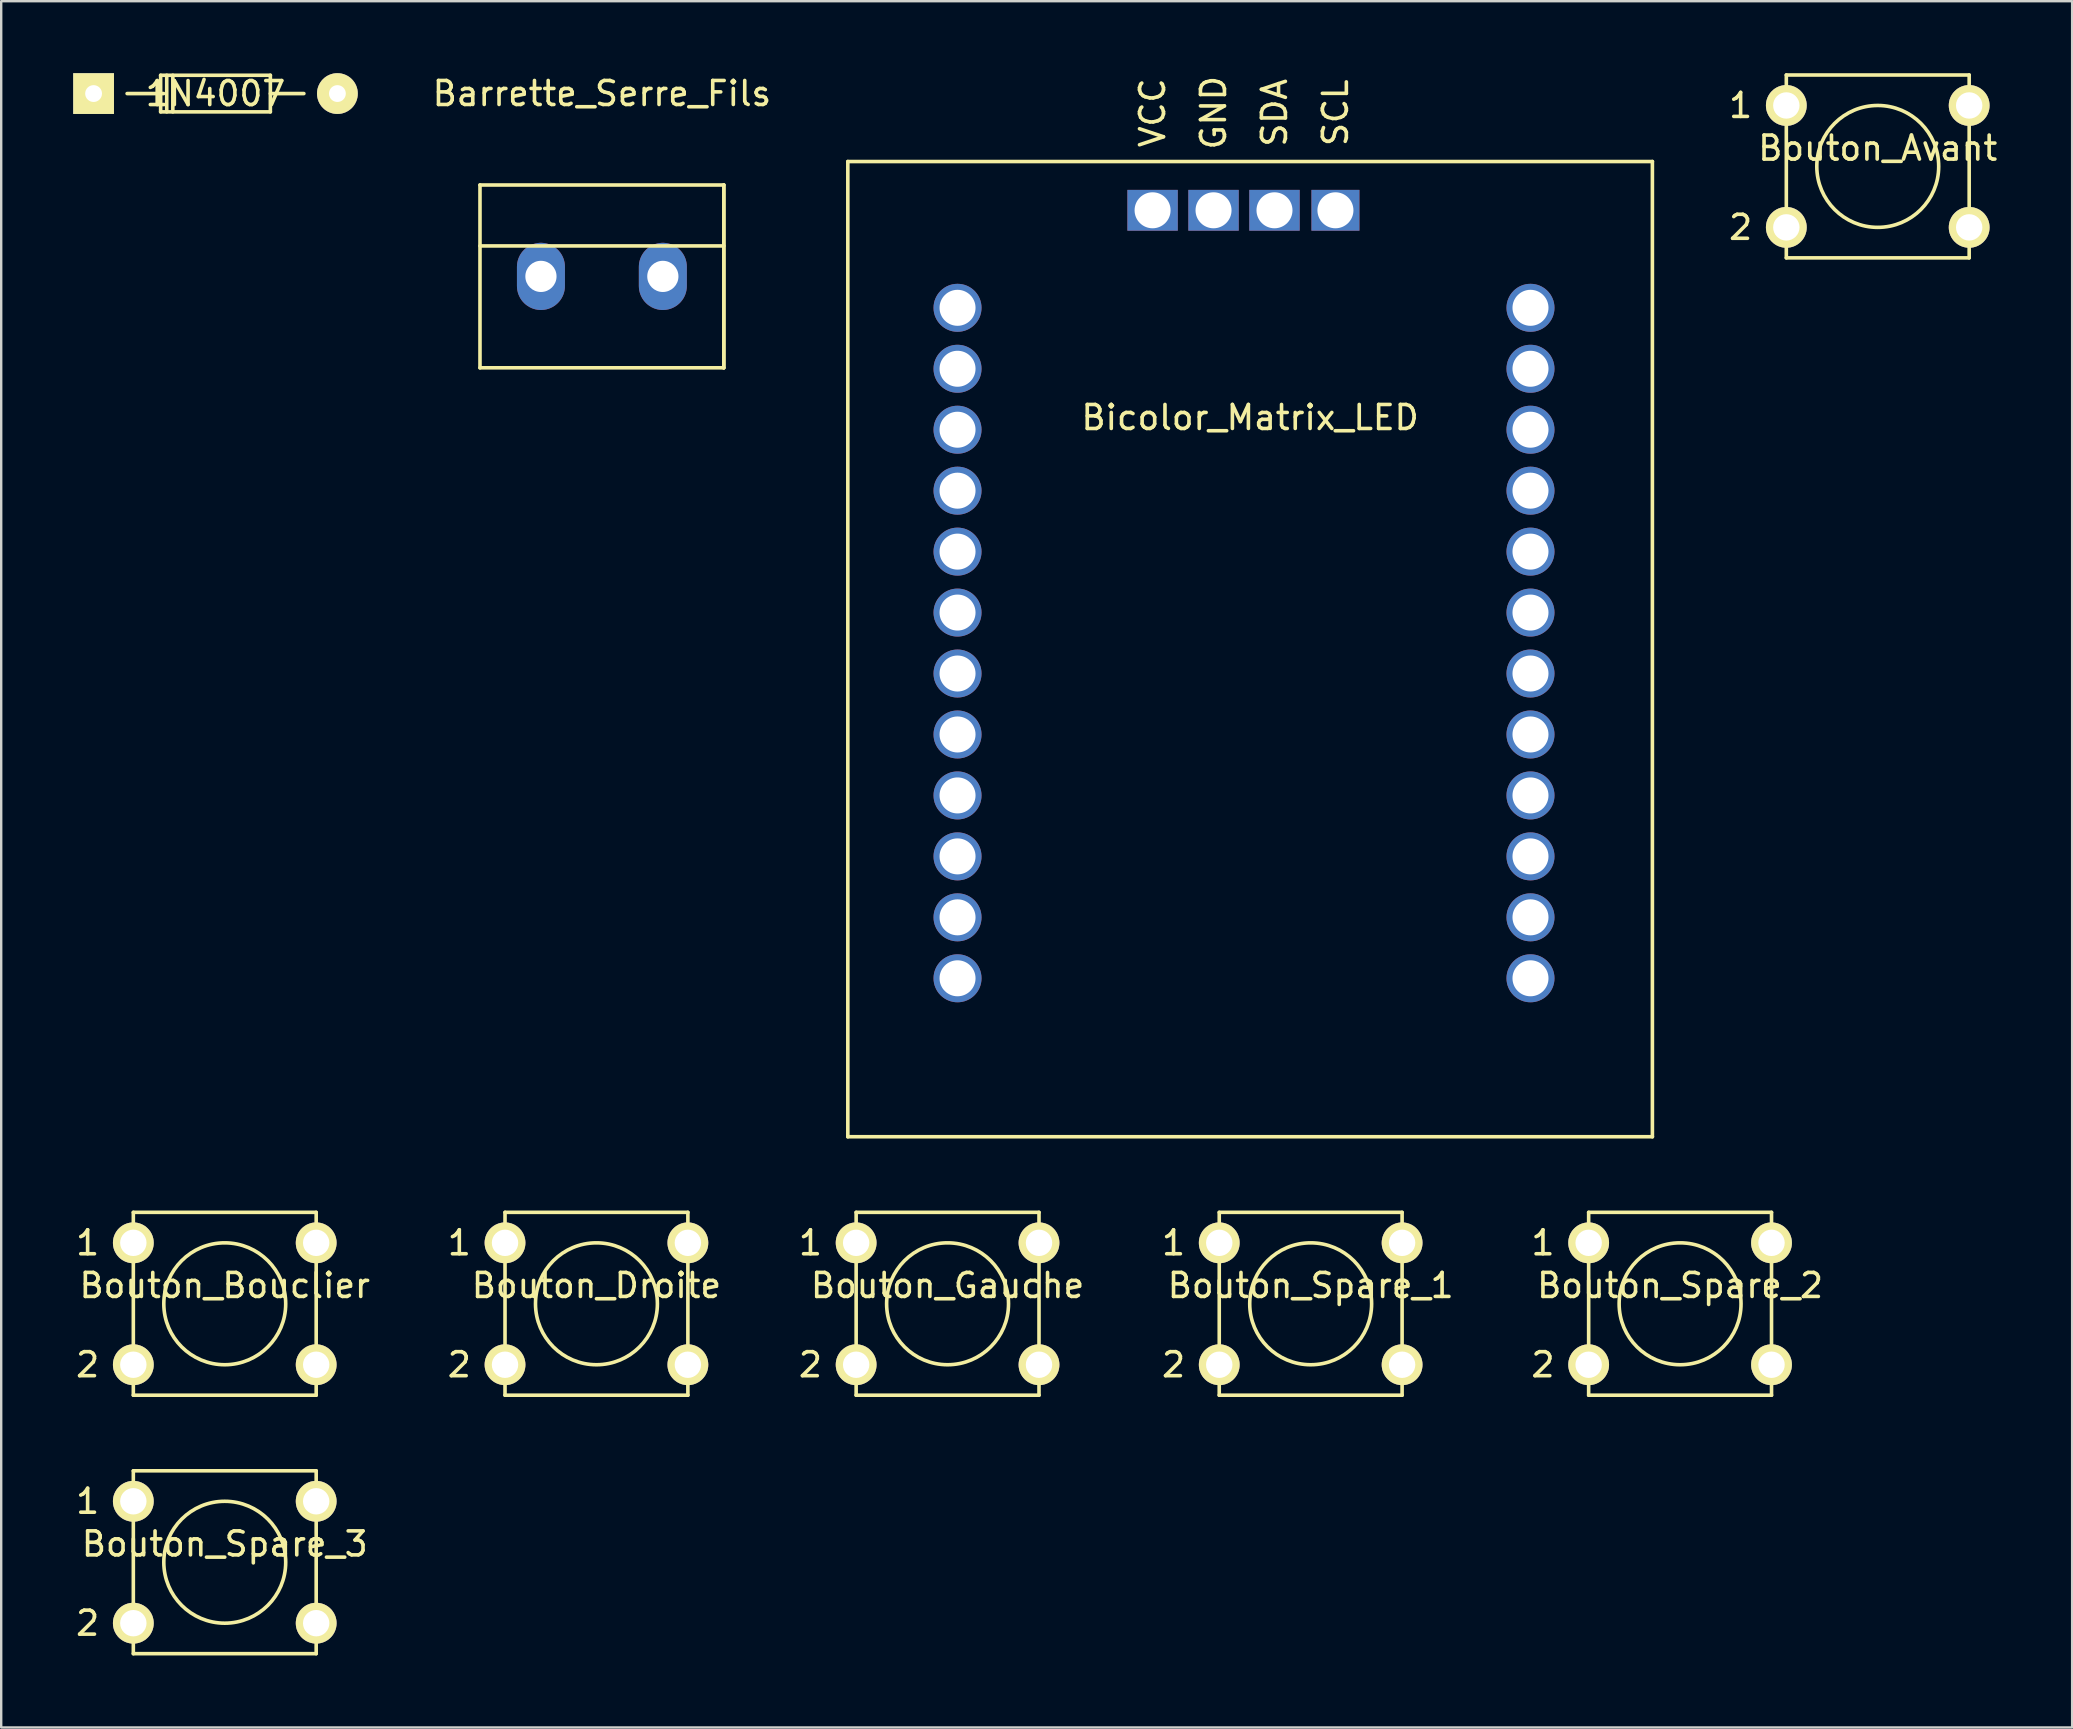
<source format=kicad_pcb>
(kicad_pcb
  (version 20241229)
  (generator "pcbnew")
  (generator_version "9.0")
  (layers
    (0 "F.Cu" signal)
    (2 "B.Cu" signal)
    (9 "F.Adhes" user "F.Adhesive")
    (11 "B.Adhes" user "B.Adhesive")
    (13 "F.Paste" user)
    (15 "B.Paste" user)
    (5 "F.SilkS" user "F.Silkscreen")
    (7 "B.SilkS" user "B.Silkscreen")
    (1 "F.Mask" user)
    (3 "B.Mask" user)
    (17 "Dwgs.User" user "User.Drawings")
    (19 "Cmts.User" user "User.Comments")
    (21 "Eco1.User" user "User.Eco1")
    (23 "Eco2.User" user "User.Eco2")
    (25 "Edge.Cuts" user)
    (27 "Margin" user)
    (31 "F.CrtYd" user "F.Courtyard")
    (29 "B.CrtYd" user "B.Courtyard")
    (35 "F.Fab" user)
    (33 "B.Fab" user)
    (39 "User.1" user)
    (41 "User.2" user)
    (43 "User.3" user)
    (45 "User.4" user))
  (footprint "Bicolor_Matrix_LED"
    (layer "F.Cu")
    (at 49.044 25.525)
    (property "Reference" "Bicolor_Matrix_LED" (at 0 -11.176 180) (layer "F.SilkS") (effects (font (size 1 1) (thickness 0.15))))
    (attr through_hole)
    (fp_line (start -16.764 -21.844) (end -16.764 18.796) (stroke (width 0.15) (type solid)) (layer "F.SilkS"))
    (fp_line (start -16.764 -21.844) (end 16.764 -21.844) (stroke (width 0.15) (type solid)) (layer "F.SilkS"))
    (fp_line (start -16.764 18.796) (end 16.764 18.796) (stroke (width 0.15) (type solid)) (layer "F.SilkS"))
    (fp_line (start 16.764 18.796) (end 16.764 -21.844) (stroke (width 0.15) (type solid)) (layer "F.SilkS"))
    (fp_text user "SCL" (at 3.556 -23.876 90) (layer "F.SilkS") (effects (font (size 1 1) (thickness 0.15))))
    (fp_text user "VCC" (at -4.064 -23.876 270) (layer "F.SilkS") (effects (font (size 1 1) (thickness 0.15))))
    (fp_text user "SDA" (at 1.016 -23.876 90) (layer "F.SilkS") (effects (font (size 1 1) (thickness 0.15))))
    (fp_text user "GND" (at -1.524 -23.876 90) (layer "F.SilkS") (effects (font (size 1 1) (thickness 0.15))))
    (pad "1" thru_hole rect (at -4.064 -19.812) (size 2.1 1.7) (drill 1.5) (layers "*.Cu" "*.Mask"))
    (pad "2" thru_hole rect (at -1.524 -19.812) (size 2.1 1.7) (drill 1.5) (layers "*.Cu" "*.Mask"))
    (pad "3" thru_hole rect (at 1.016 -19.812) (size 2.1 1.7) (drill 1.5) (layers "*.Cu" "*.Mask"))
    (pad "4" thru_hole rect (at 3.556 -19.812) (size 2 1.7) (drill 1.5) (layers "*.Cu" "*.Mask"))
    (pad "8" thru_hole circle (at 11.684 -15.748 180) (size 2 2) (drill 1.5) (layers "*.Cu" "*.Mask"))
    (pad "9" thru_hole circle (at 11.684 -13.208 180) (size 2 2) (drill 1.5) (layers "*.Cu" "*.Mask"))
    (pad "10" thru_hole circle (at 11.684 -10.668 180) (size 2 2) (drill 1.5) (layers "*.Cu" "*.Mask"))
    (pad "11" thru_hole circle (at 11.684 -8.128 180) (size 2 2) (drill 1.5) (layers "*.Cu" "*.Mask"))
    (pad "12" thru_hole circle (at 11.684 -5.588 180) (size 2 2) (drill 1.5) (layers "*.Cu" "*.Mask"))
    (pad "13" thru_hole circle (at 11.684 -3.048 180) (size 2 2) (drill 1.5) (layers "*.Cu" "*.Mask"))
    (pad "14" thru_hole circle (at 11.684 -0.508 180) (size 2 2) (drill 1.5) (layers "*.Cu" "*.Mask"))
    (pad "15" thru_hole circle (at 11.684 2.032 180) (size 2 2) (drill 1.5) (layers "*.Cu" "*.Mask"))
    (pad "16" thru_hole circle (at 11.684 4.572 180) (size 2 2) (drill 1.5) (layers "*.Cu" "*.Mask"))
    (pad "17" thru_hole circle (at 11.684 7.112 180) (size 2 2) (drill 1.5) (layers "*.Cu" "*.Mask"))
    (pad "18" thru_hole circle (at 11.684 9.652 180) (size 2 2) (drill 1.5) (layers "*.Cu" "*.Mask"))
    (pad "19" thru_hole circle (at 11.684 12.192 180) (size 2 2) (drill 1.5) (layers "*.Cu" "*.Mask"))
    (pad "20" thru_hole circle (at -12.192 -15.748 180) (size 2 2) (drill 1.5) (layers "*.Cu" "*.Mask"))
    (pad "21" thru_hole circle (at -12.192 -13.208 180) (size 2 2) (drill 1.5) (layers "*.Cu" "*.Mask"))
    (pad "22" thru_hole circle (at -12.192 -10.668 180) (size 2 2) (drill 1.5) (layers "*.Cu" "*.Mask"))
    (pad "23" thru_hole circle (at -12.192 -8.128 180) (size 2 2) (drill 1.5) (layers "*.Cu" "*.Mask"))
    (pad "24" thru_hole circle (at -12.192 -5.588 180) (size 2 2) (drill 1.5) (layers "*.Cu" "*.Mask"))
    (pad "25" thru_hole circle (at -12.192 -3.048 180) (size 2 2) (drill 1.5) (layers "*.Cu" "*.Mask"))
    (pad "26" thru_hole circle (at -12.192 -0.508 180) (size 2 2) (drill 1.5) (layers "*.Cu" "*.Mask"))
    (pad "27" thru_hole circle (at -12.192 2.032 180) (size 2 2) (drill 1.5) (layers "*.Cu" "*.Mask"))
    (pad "28" thru_hole circle (at -12.192 4.572 180) (size 2 2) (drill 1.5) (layers "*.Cu" "*.Mask"))
    (pad "29" thru_hole circle (at -12.192 7.112 180) (size 2 2) (drill 1.5) (layers "*.Cu" "*.Mask"))
    (pad "30" thru_hole circle (at -12.192 9.652 180) (size 2 2) (drill 1.5) (layers "*.Cu" "*.Mask"))
    (pad "31" thru_hole circle (at -12.192 12.192 180) (size 2 2) (drill 1.5) (layers "*.Cu" "*.Mask")))
  (footprint "Bouton_Spare_3"
    (layer "F.Cu")
    (at 6.316 62.051)
    (property "Reference" "Bouton_Spare_3" (at 0 -0.762 0) (layer "F.SilkS") (effects (font (size 1 1) (thickness 0.15))))
    (attr through_hole)
    (fp_line (start -3.81 -3.81) (end -3.81 3.81) (stroke (width 0.15) (type solid)) (layer "F.SilkS"))
    (fp_line (start -3.81 -3.81) (end 3.81 -3.81) (stroke (width 0.15) (type solid)) (layer "F.SilkS"))
    (fp_line (start 3.81 -3.81) (end 3.81 3.81) (stroke (width 0.15) (type solid)) (layer "F.SilkS"))
    (fp_line (start 3.81 3.81) (end -3.81 3.81) (stroke (width 0.15) (type solid)) (layer "F.SilkS"))
    (fp_circle (center 0 0) (end 0 -2.54) (stroke (width 0.15) (type solid)) (fill no) (layer "F.SilkS"))
    (fp_text user "1" (at -5.715 -2.54 0) (layer "F.SilkS") (effects (font (size 1 1) (thickness 0.15))))
    (fp_text user "2" (at -5.715 2.54 0) (layer "F.SilkS") (effects (font (size 1 1) (thickness 0.15))))
    (pad "1" thru_hole circle (at -3.81 -2.54) (size 1.7 1.7) (drill 1.1) (layers "*.Cu" "*.Mask" "F.SilkS"))
    (pad "1" thru_hole circle (at 3.81 -2.54) (size 1.7 1.7) (drill 1.1) (layers "*.Cu" "*.Mask" "F.SilkS"))
    (pad "2" thru_hole circle (at -3.81 2.54) (size 1.7 1.7) (drill 1.1) (layers "*.Cu" "*.Mask" "F.SilkS"))
    (pad "2" thru_hole circle (at 3.81 2.54) (size 1.7 1.7) (drill 1.1) (layers "*.Cu" "*.Mask" "F.SilkS")))
  (footprint "Bouton_Gauche"
    (layer "F.Cu")
    (at 36.437 51.281)
    (property "Reference" "Bouton_Gauche" (at 0 -0.762 0) (layer "F.SilkS") (effects (font (size 1 1) (thickness 0.15))))
    (attr through_hole)
    (fp_line (start -3.81 -3.81) (end -3.81 3.81) (stroke (width 0.15) (type solid)) (layer "F.SilkS"))
    (fp_line (start -3.81 -3.81) (end 3.81 -3.81) (stroke (width 0.15) (type solid)) (layer "F.SilkS"))
    (fp_line (start 3.81 -3.81) (end 3.81 3.81) (stroke (width 0.15) (type solid)) (layer "F.SilkS"))
    (fp_line (start 3.81 3.81) (end -3.81 3.81) (stroke (width 0.15) (type solid)) (layer "F.SilkS"))
    (fp_circle (center 0 0) (end 0 -2.54) (stroke (width 0.15) (type solid)) (fill no) (layer "F.SilkS"))
    (fp_text user "2" (at -5.715 2.54 0) (layer "F.SilkS") (effects (font (size 1 1) (thickness 0.15))))
    (fp_text user "1" (at -5.715 -2.54 0) (layer "F.SilkS") (effects (font (size 1 1) (thickness 0.15))))
    (pad "1" thru_hole circle (at -3.81 -2.54) (size 1.7 1.7) (drill 1.1) (layers "*.Cu" "*.Mask" "F.SilkS"))
    (pad "1" thru_hole circle (at 3.81 -2.54) (size 1.7 1.7) (drill 1.1) (layers "*.Cu" "*.Mask" "F.SilkS"))
    (pad "2" thru_hole circle (at -3.81 2.54) (size 1.7 1.7) (drill 1.1) (layers "*.Cu" "*.Mask" "F.SilkS"))
    (pad "2" thru_hole circle (at 3.81 2.54) (size 1.7 1.7) (drill 1.1) (layers "*.Cu" "*.Mask" "F.SilkS")))
  (footprint "Barrette_Serre_Fils"
    (layer "F.Cu")
    (at 22.032 4.658)
    (property "Reference" "Barrette_Serre_Fils" (at 0 -3.81 0) (layer "F.SilkS") (effects (font (size 1 1) (thickness 0.15))))
    (attr through_hole)
    (fp_line (start -5.08 2.54) (end 5.08 2.54) (stroke (width 0.15) (type solid)) (layer "F.SilkS"))
    (fp_line (start -5.08 7.62) (end -5.08 0) (stroke (width 0.15) (type solid)) (layer "F.SilkS"))
    (fp_line (start -5.08 7.62) (end 5.08 7.62) (stroke (width 0.15) (type solid)) (layer "F.SilkS"))
    (fp_line (start 5.08 0) (end -5.08 0) (stroke (width 0.15) (type solid)) (layer "F.SilkS"))
    (fp_line (start 5.08 0) (end 5.08 7.62) (stroke (width 0.15) (type solid)) (layer "F.SilkS"))
    (fp_line (start 5.08 7.62) (end 5.08 0) (stroke (width 0.15) (type solid)) (layer "F.SilkS"))
    (pad "1" thru_hole oval (at -2.54 3.81) (size 2 2.8) (drill oval 1.3) (layers "*.Cu" "*.Mask"))
    (pad "2" thru_hole oval (at 2.54 3.81) (size 2 2.8) (drill oval 1.3) (layers "*.Cu" "*.Mask")))
  (footprint "Bouton_Droite"
    (layer "F.Cu")
    (at 21.805 51.281)
    (property "Reference" "Bouton_Droite" (at 0 -0.762 0) (layer "F.SilkS") (effects (font (size 1 1) (thickness 0.15))))
    (attr through_hole)
    (fp_line (start -3.81 -3.81) (end -3.81 3.81) (stroke (width 0.15) (type solid)) (layer "F.SilkS"))
    (fp_line (start -3.81 -3.81) (end 3.81 -3.81) (stroke (width 0.15) (type solid)) (layer "F.SilkS"))
    (fp_line (start 3.81 -3.81) (end 3.81 3.81) (stroke (width 0.15) (type solid)) (layer "F.SilkS"))
    (fp_line (start 3.81 3.81) (end -3.81 3.81) (stroke (width 0.15) (type solid)) (layer "F.SilkS"))
    (fp_circle (center 0 0) (end 0 -2.54) (stroke (width 0.15) (type solid)) (fill no) (layer "F.SilkS"))
    (fp_text user "2" (at -5.715 2.54 0) (layer "F.SilkS") (effects (font (size 1 1) (thickness 0.15))))
    (fp_text user "1" (at -5.715 -2.54 0) (layer "F.SilkS") (effects (font (size 1 1) (thickness 0.15))))
    (pad "1" thru_hole circle (at -3.81 -2.54) (size 1.7 1.7) (drill 1.1) (layers "*.Cu" "*.Mask" "F.SilkS"))
    (pad "1" thru_hole circle (at 3.81 -2.54) (size 1.7 1.7) (drill 1.1) (layers "*.Cu" "*.Mask" "F.SilkS"))
    (pad "2" thru_hole circle (at -3.81 2.54) (size 1.7 1.7) (drill 1.1) (layers "*.Cu" "*.Mask" "F.SilkS"))
    (pad "2" thru_hole circle (at 3.81 2.54) (size 1.7 1.7) (drill 1.1) (layers "*.Cu" "*.Mask" "F.SilkS")))
  (footprint "1N4007"
    (layer "F.Cu")
    (at 0.849 0.852)
    (property "Reference" "1N4007" (at 5.08 0 0) (layer "F.SilkS") (effects (font (size 1 1) (thickness 0.15))))
    (attr through_hole)
    (fp_line (start 2.795 -0.765) (end 2.795 -0.003) (stroke (width 0.15) (type solid)) (layer "F.SilkS"))
    (fp_line (start 2.795 -0.003) (end 2.795 0.759) (stroke (width 0.15) (type solid)) (layer "F.SilkS"))
    (fp_line (start 2.795 0.759) (end 7.367 0.759) (stroke (width 0.15) (type solid)) (layer "F.SilkS"))
    (fp_line (start 2.922 -0.003) (end 1.398 -0.003) (stroke (width 0.15) (type solid)) (layer "F.SilkS"))
    (fp_line (start 3.049 -0.765) (end 3.049 0.759) (stroke (width 0.15) (type solid)) (layer "F.SilkS"))
    (fp_line (start 3.303 -0.765) (end 3.303 0.759) (stroke (width 0.15) (type solid)) (layer "F.SilkS"))
    (fp_line (start 7.367 -0.765) (end 2.795 -0.765) (stroke (width 0.15) (type solid)) (layer "F.SilkS"))
    (fp_line (start 7.367 -0.003) (end 8.764 -0.003) (stroke (width 0.15) (type solid)) (layer "F.SilkS"))
    (fp_line (start 7.367 0.759) (end 7.367 -0.765) (stroke (width 0.15) (type solid)) (layer "F.SilkS"))
    (pad "1" thru_hole rect (at 0.001 -0.003 180) (size 1.699 1.699) (drill 0.701) (layers "*.Cu" "*.Mask" "F.SilkS"))
    (pad "2" thru_hole circle (at 10.161 -0.003 180) (size 1.699 1.699) (drill 0.701) (layers "*.Cu" "*.Mask" "F.SilkS")))
  (footprint "Bouton_Spare_1"
    (layer "F.Cu")
    (at 51.568 51.281)
    (property "Reference" "Bouton_Spare_1" (at 0 -0.762 0) (layer "F.SilkS") (effects (font (size 1 1) (thickness 0.15))))
    (attr through_hole)
    (fp_line (start -3.81 -3.81) (end -3.81 3.81) (stroke (width 0.15) (type solid)) (layer "F.SilkS"))
    (fp_line (start -3.81 -3.81) (end 3.81 -3.81) (stroke (width 0.15) (type solid)) (layer "F.SilkS"))
    (fp_line (start 3.81 -3.81) (end 3.81 3.81) (stroke (width 0.15) (type solid)) (layer "F.SilkS"))
    (fp_line (start 3.81 3.81) (end -3.81 3.81) (stroke (width 0.15) (type solid)) (layer "F.SilkS"))
    (fp_circle (center 0 0) (end 0 -2.54) (stroke (width 0.15) (type solid)) (fill no) (layer "F.SilkS"))
    (fp_text user "2" (at -5.715 2.54 0) (layer "F.SilkS") (effects (font (size 1 1) (thickness 0.15))))
    (fp_text user "1" (at -5.715 -2.54 0) (layer "F.SilkS") (effects (font (size 1 1) (thickness 0.15))))
    (pad "1" thru_hole circle (at -3.81 -2.54) (size 1.7 1.7) (drill 1.1) (layers "*.Cu" "*.Mask" "F.SilkS"))
    (pad "1" thru_hole circle (at 3.81 -2.54) (size 1.7 1.7) (drill 1.1) (layers "*.Cu" "*.Mask" "F.SilkS"))
    (pad "2" thru_hole circle (at -3.81 2.54) (size 1.7 1.7) (drill 1.1) (layers "*.Cu" "*.Mask" "F.SilkS"))
    (pad "2" thru_hole circle (at 3.81 2.54) (size 1.7 1.7) (drill 1.1) (layers "*.Cu" "*.Mask" "F.SilkS")))
  (footprint "Bouton_Bouclier"
    (layer "F.Cu")
    (at 6.316 51.281)
    (property "Reference" "Bouton_Bouclier" (at 0 -0.762 0) (layer "F.SilkS") (effects (font (size 1 1) (thickness 0.15))))
    (attr through_hole)
    (fp_line (start -3.81 -3.81) (end -3.81 3.81) (stroke (width 0.15) (type solid)) (layer "F.SilkS"))
    (fp_line (start -3.81 -3.81) (end 3.81 -3.81) (stroke (width 0.15) (type solid)) (layer "F.SilkS"))
    (fp_line (start 3.81 -3.81) (end 3.81 3.81) (stroke (width 0.15) (type solid)) (layer "F.SilkS"))
    (fp_line (start 3.81 3.81) (end -3.81 3.81) (stroke (width 0.15) (type solid)) (layer "F.SilkS"))
    (fp_circle (center 0 0) (end 0 -2.54) (stroke (width 0.15) (type solid)) (fill no) (layer "F.SilkS"))
    (fp_text user "2" (at -5.715 2.54 0) (layer "F.SilkS") (effects (font (size 1 1) (thickness 0.15))))
    (fp_text user "1" (at -5.715 -2.54 0) (layer "F.SilkS") (effects (font (size 1 1) (thickness 0.15))))
    (pad "1" thru_hole circle (at -3.81 -2.54) (size 1.7 1.7) (drill 1.1) (layers "*.Cu" "*.Mask" "F.SilkS"))
    (pad "1" thru_hole circle (at 3.81 -2.54) (size 1.7 1.7) (drill 1.1) (layers "*.Cu" "*.Mask" "F.SilkS"))
    (pad "2" thru_hole circle (at -3.81 2.54) (size 1.7 1.7) (drill 1.1) (layers "*.Cu" "*.Mask" "F.SilkS"))
    (pad "2" thru_hole circle (at 3.81 2.54) (size 1.7 1.7) (drill 1.1) (layers "*.Cu" "*.Mask" "F.SilkS")))
  (footprint "Bouton_Spare_2"
    (layer "F.Cu")
    (at 66.962 51.281)
    (property "Reference" "Bouton_Spare_2" (at 0 -0.762 0) (layer "F.SilkS") (effects (font (size 1 1) (thickness 0.15))))
    (attr through_hole)
    (fp_line (start -3.81 -3.81) (end -3.81 3.81) (stroke (width 0.15) (type solid)) (layer "F.SilkS"))
    (fp_line (start -3.81 -3.81) (end 3.81 -3.81) (stroke (width 0.15) (type solid)) (layer "F.SilkS"))
    (fp_line (start 3.81 -3.81) (end 3.81 3.81) (stroke (width 0.15) (type solid)) (layer "F.SilkS"))
    (fp_line (start 3.81 3.81) (end -3.81 3.81) (stroke (width 0.15) (type solid)) (layer "F.SilkS"))
    (fp_circle (center 0 0) (end 0 -2.54) (stroke (width 0.15) (type solid)) (fill no) (layer "F.SilkS"))
    (fp_text user "1" (at -5.715 -2.54 0) (layer "F.SilkS") (effects (font (size 1 1) (thickness 0.15))))
    (fp_text user "2" (at -5.715 2.54 0) (layer "F.SilkS") (effects (font (size 1 1) (thickness 0.15))))
    (pad "1" thru_hole circle (at -3.81 -2.54) (size 1.7 1.7) (drill 1.1) (layers "*.Cu" "*.Mask" "F.SilkS"))
    (pad "1" thru_hole circle (at 3.81 -2.54) (size 1.7 1.7) (drill 1.1) (layers "*.Cu" "*.Mask" "F.SilkS"))
    (pad "2" thru_hole circle (at -3.81 2.54) (size 1.7 1.7) (drill 1.1) (layers "*.Cu" "*.Mask" "F.SilkS"))
    (pad "2" thru_hole circle (at 3.81 2.54) (size 1.7 1.7) (drill 1.1) (layers "*.Cu" "*.Mask" "F.SilkS")))
  (footprint "Bouton_Avant"
    (layer "F.Cu")
    (at 75.199 3.885)
    (property "Reference" "Bouton_Avant" (at 0 -0.762 0) (layer "F.SilkS") (effects (font (size 1 1) (thickness 0.15))))
    (attr through_hole)
    (fp_line (start -3.81 -3.81) (end -3.81 3.81) (stroke (width 0.15) (type solid)) (layer "F.SilkS"))
    (fp_line (start -3.81 -3.81) (end 3.81 -3.81) (stroke (width 0.15) (type solid)) (layer "F.SilkS"))
    (fp_line (start 3.81 -3.81) (end 3.81 3.81) (stroke (width 0.15) (type solid)) (layer "F.SilkS"))
    (fp_line (start 3.81 3.81) (end -3.81 3.81) (stroke (width 0.15) (type solid)) (layer "F.SilkS"))
    (fp_circle (center 0 0) (end 0 -2.54) (stroke (width 0.15) (type solid)) (fill no) (layer "F.SilkS"))
    (fp_text user "1" (at -5.715 -2.54 0) (layer "F.SilkS") (effects (font (size 1 1) (thickness 0.15))))
    (fp_text user "2" (at -5.715 2.54 0) (layer "F.SilkS") (effects (font (size 1 1) (thickness 0.15))))
    (pad "1" thru_hole circle (at -3.81 -2.54) (size 1.7 1.7) (drill 1.1) (layers "*.Cu" "*.Mask" "F.SilkS"))
    (pad "1" thru_hole circle (at 3.81 -2.54) (size 1.7 1.7) (drill 1.1) (layers "*.Cu" "*.Mask" "F.SilkS"))
    (pad "2" thru_hole circle (at -3.81 2.54) (size 1.7 1.7) (drill 1.1) (layers "*.Cu" "*.Mask" "F.SilkS"))
    (pad "2" thru_hole circle (at 3.81 2.54) (size 1.7 1.7) (drill 1.1) (layers "*.Cu" "*.Mask" "F.SilkS")))
  (gr_rect
    (start -3 -3)
    (end 83.3 68.936)
    (stroke (width 0.1) (type default))
    (fill no)
    (layer "Edge.Cuts")))
</source>
